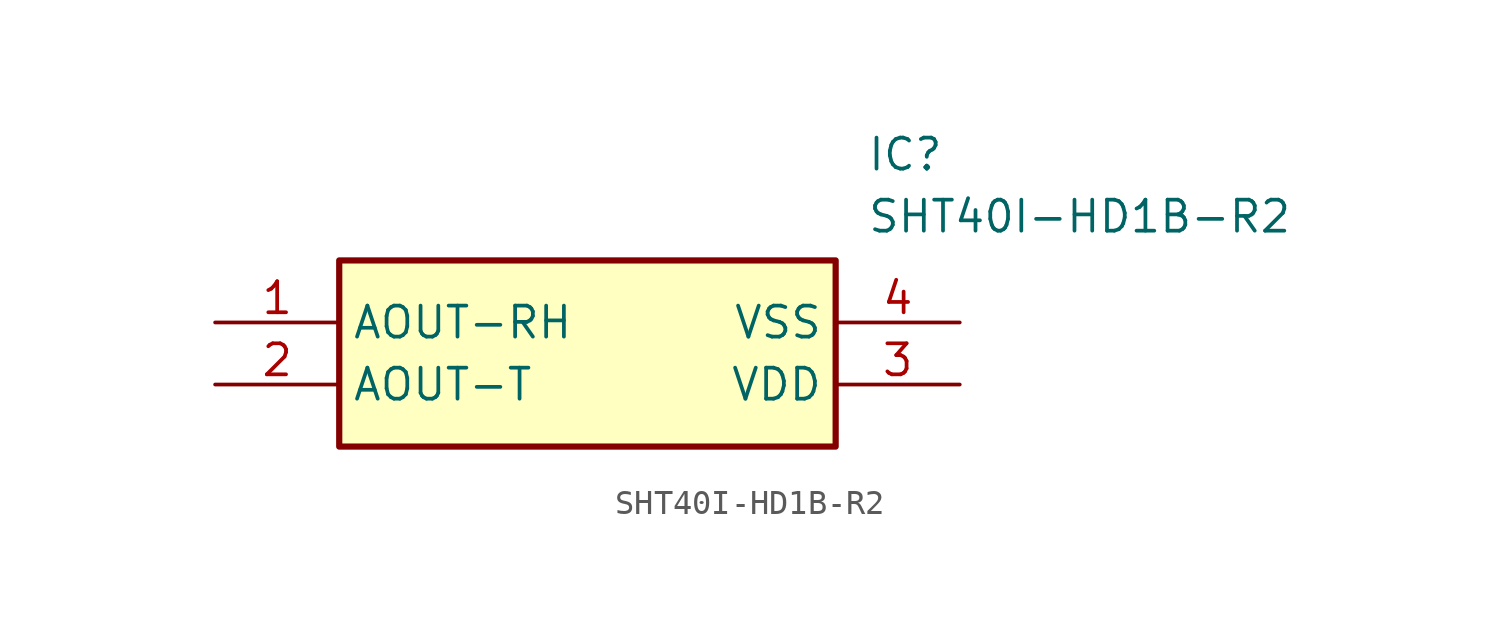
<source format=kicad_sym>
(kicad_symbol_lib
  (version 20211014)
  (generator SamacSys_ECAD_Model)
  (symbol "SHT40I-HD1B-R2"
    (property "Reference" "IC"
      (at 26.67 7.62 0)
      (effects (font (size 1.27 1.27)) (justify left top)))
    (property "Value" "SHT40I-HD1B-R2"
      (at 26.67 5.08 0)
      (effects (font (size 1.27 1.27)) (justify left top)))
    (rectangle
      (start 5.08 2.54)
      (end 25.4 -5.08)
      (stroke (width 0.254) (type default))
      (fill (type background)))
    (pin passive line
      (at 0 0 0)
      (length 5.08)
      (name "AOUT-RH" (effects (font (size 1.27 1.27))))
      (number "1" (effects (font (size 1.27 1.27)))))
    (pin passive line
      (at 0 -2.54 0)
      (length 5.08)
      (name "AOUT-T" (effects (font (size 1.27 1.27))))
      (number "2" (effects (font (size 1.27 1.27)))))
    (pin passive line
      (at 30.48 -2.54 180)
      (length 5.08)
      (name "VDD" (effects (font (size 1.27 1.27))))
      (number "3" (effects (font (size 1.27 1.27)))))
    (pin passive line
      (at 30.48 0 180)
      (length 5.08)
      (name "VSS" (effects (font (size 1.27 1.27))))
      (number "4" (effects (font (size 1.27 1.27)))))))
</source>
